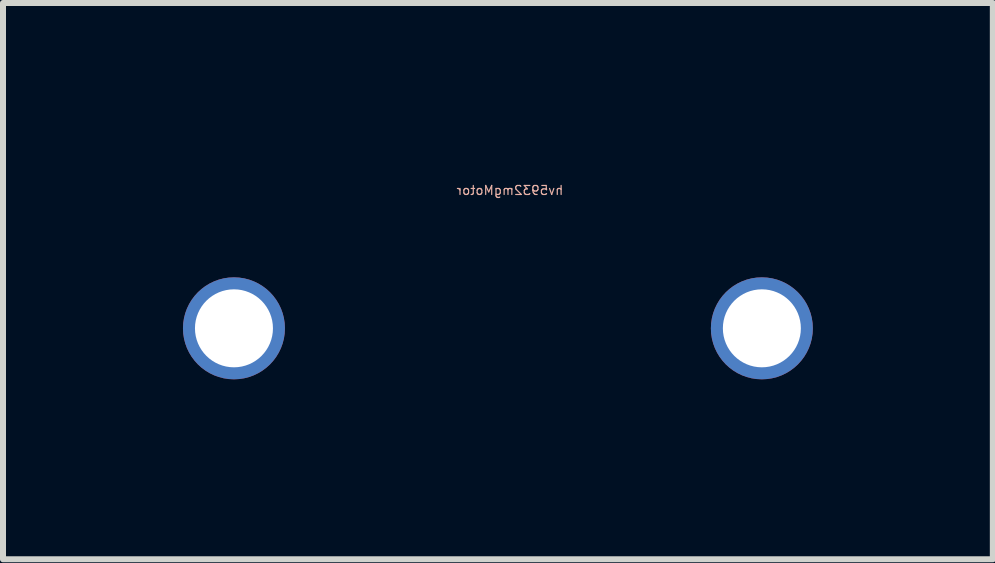
<source format=kicad_pcb>
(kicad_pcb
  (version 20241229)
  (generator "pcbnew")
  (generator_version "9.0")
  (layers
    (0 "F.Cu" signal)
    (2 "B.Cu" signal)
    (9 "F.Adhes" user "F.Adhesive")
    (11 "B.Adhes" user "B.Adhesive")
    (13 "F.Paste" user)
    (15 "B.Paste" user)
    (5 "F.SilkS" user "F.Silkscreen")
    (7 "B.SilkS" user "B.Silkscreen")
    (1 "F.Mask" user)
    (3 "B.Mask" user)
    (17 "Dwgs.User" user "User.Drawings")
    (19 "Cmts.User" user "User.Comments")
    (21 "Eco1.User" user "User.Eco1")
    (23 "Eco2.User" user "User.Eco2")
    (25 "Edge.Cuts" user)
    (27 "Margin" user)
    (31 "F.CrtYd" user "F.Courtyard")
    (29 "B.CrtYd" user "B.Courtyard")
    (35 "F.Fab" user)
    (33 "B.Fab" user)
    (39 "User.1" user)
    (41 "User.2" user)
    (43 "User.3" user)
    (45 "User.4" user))
  (footprint "hv5932mgMotor"
    (layer "F.Cu")
    (at 5.25 2.423)
    (property "Reference" "hv5932mgMotor" (at 0.2 -2.3 0) (layer "B.SilkS") (effects (font (size 0.15 0.15) (thickness 0.02)) (justify mirror)))
    (attr through_hole)
    (pad "1" thru_hole circle (at -4.4 0) (size 1.7 1.7) (drill 1.3) (layers "*.Cu" "*.Mask"))
    (pad "2" thru_hole circle (at 4.4 0) (size 1.7 1.7) (drill 1.3) (layers "*.Cu" "*.Mask")))
  (gr_rect
    (start -3 -3)
    (end 13.5 6.273)
    (stroke (width 0.1) (type default))
    (fill no)
    (layer "Edge.Cuts")))
</source>
